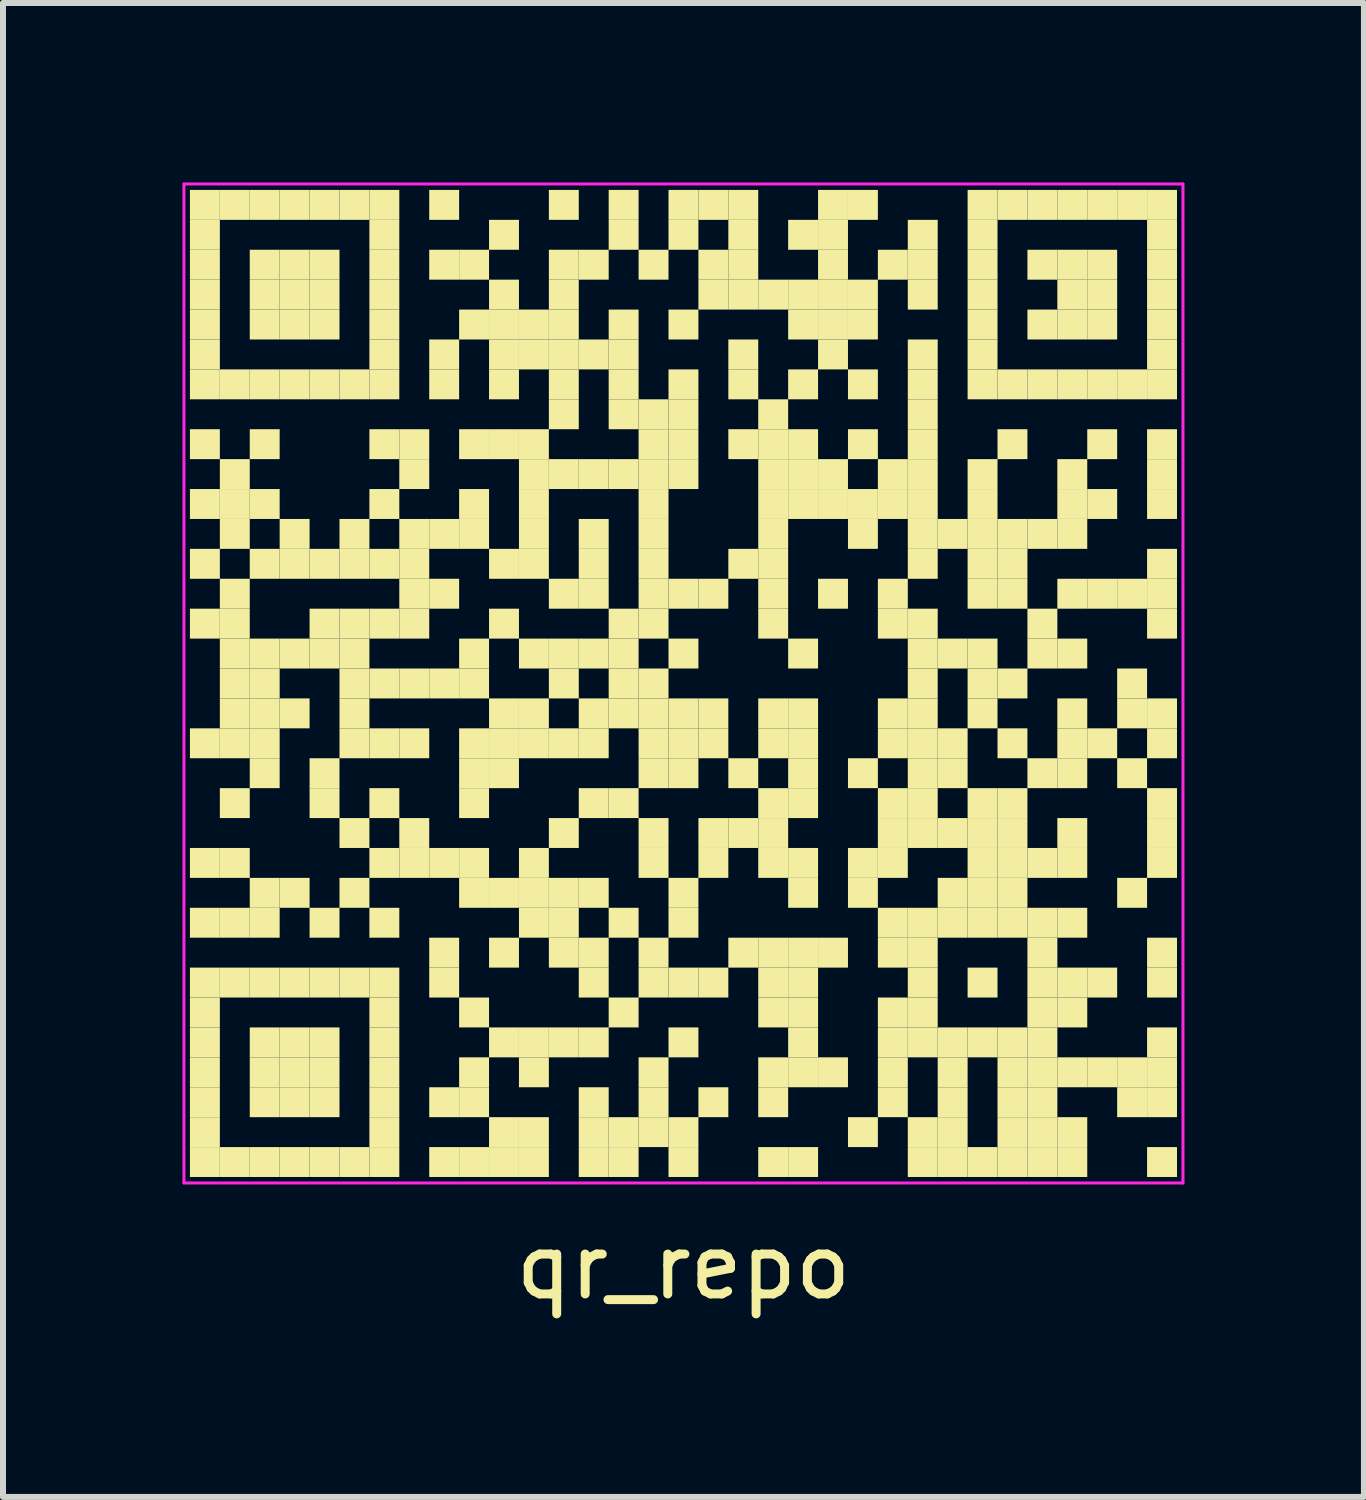
<source format=kicad_pcb>
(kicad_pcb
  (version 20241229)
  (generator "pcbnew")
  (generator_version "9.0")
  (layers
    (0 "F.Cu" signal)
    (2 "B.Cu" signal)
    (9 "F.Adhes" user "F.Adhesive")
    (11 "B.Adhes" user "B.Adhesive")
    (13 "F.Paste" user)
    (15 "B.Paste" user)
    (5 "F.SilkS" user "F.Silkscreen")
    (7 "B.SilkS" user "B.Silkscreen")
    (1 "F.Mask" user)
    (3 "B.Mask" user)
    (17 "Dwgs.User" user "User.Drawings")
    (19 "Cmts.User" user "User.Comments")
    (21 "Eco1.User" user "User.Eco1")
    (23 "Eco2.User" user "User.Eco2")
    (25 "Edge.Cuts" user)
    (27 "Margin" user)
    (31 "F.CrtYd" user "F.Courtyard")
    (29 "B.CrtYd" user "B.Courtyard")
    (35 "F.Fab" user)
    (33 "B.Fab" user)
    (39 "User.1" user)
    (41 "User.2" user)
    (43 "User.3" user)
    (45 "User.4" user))
  (footprint "qr_repo"
    (layer "F.Cu")
    (at 8.375 8.375)
    (property "Reference" "qr_repo" (at 0 9.75 0) (layer "F.SilkS") (effects (font (size 1 1) (thickness 0.15))))
    (attr smd)
    (fp_rect (start -8.25 -8.25) (end -7.75 -7.75) (stroke (width 0) (type solid)) (fill yes) (layer "F.SilkS"))
    (fp_rect (start -8.25 -7.75) (end -7.75 -7.25) (stroke (width 0) (type solid)) (fill yes) (layer "F.SilkS"))
    (fp_rect (start -8.25 -7.25) (end -7.75 -6.75) (stroke (width 0) (type solid)) (fill yes) (layer "F.SilkS"))
    (fp_rect (start -8.25 -6.75) (end -7.75 -6.25) (stroke (width 0) (type solid)) (fill yes) (layer "F.SilkS"))
    (fp_rect (start -8.25 -6.25) (end -7.75 -5.75) (stroke (width 0) (type solid)) (fill yes) (layer "F.SilkS"))
    (fp_rect (start -8.25 -5.75) (end -7.75 -5.25) (stroke (width 0) (type solid)) (fill yes) (layer "F.SilkS"))
    (fp_rect (start -8.25 -5.25) (end -7.75 -4.75) (stroke (width 0) (type solid)) (fill yes) (layer "F.SilkS"))
    (fp_rect (start -8.25 -4.25) (end -7.75 -3.75) (stroke (width 0) (type solid)) (fill yes) (layer "F.SilkS"))
    (fp_rect (start -8.25 -3.25) (end -7.75 -2.75) (stroke (width 0) (type solid)) (fill yes) (layer "F.SilkS"))
    (fp_rect (start -8.25 -2.25) (end -7.75 -1.75) (stroke (width 0) (type solid)) (fill yes) (layer "F.SilkS"))
    (fp_rect (start -8.25 -1.25) (end -7.75 -0.75) (stroke (width 0) (type solid)) (fill yes) (layer "F.SilkS"))
    (fp_rect (start -8.25 0.75) (end -7.75 1.25) (stroke (width 0) (type solid)) (fill yes) (layer "F.SilkS"))
    (fp_rect (start -8.25 2.75) (end -7.75 3.25) (stroke (width 0) (type solid)) (fill yes) (layer "F.SilkS"))
    (fp_rect (start -8.25 3.75) (end -7.75 4.25) (stroke (width 0) (type solid)) (fill yes) (layer "F.SilkS"))
    (fp_rect (start -8.25 4.75) (end -7.75 5.25) (stroke (width 0) (type solid)) (fill yes) (layer "F.SilkS"))
    (fp_rect (start -8.25 5.25) (end -7.75 5.75) (stroke (width 0) (type solid)) (fill yes) (layer "F.SilkS"))
    (fp_rect (start -8.25 5.75) (end -7.75 6.25) (stroke (width 0) (type solid)) (fill yes) (layer "F.SilkS"))
    (fp_rect (start -8.25 6.25) (end -7.75 6.75) (stroke (width 0) (type solid)) (fill yes) (layer "F.SilkS"))
    (fp_rect (start -8.25 6.75) (end -7.75 7.25) (stroke (width 0) (type solid)) (fill yes) (layer "F.SilkS"))
    (fp_rect (start -8.25 7.25) (end -7.75 7.75) (stroke (width 0) (type solid)) (fill yes) (layer "F.SilkS"))
    (fp_rect (start -8.25 7.75) (end -7.75 8.25) (stroke (width 0) (type solid)) (fill yes) (layer "F.SilkS"))
    (fp_rect (start -7.75 -8.25) (end -7.25 -7.75) (stroke (width 0) (type solid)) (fill yes) (layer "F.SilkS"))
    (fp_rect (start -7.75 -5.25) (end -7.25 -4.75) (stroke (width 0) (type solid)) (fill yes) (layer "F.SilkS"))
    (fp_rect (start -7.75 -3.75) (end -7.25 -3.25) (stroke (width 0) (type solid)) (fill yes) (layer "F.SilkS"))
    (fp_rect (start -7.75 -3.25) (end -7.25 -2.75) (stroke (width 0) (type solid)) (fill yes) (layer "F.SilkS"))
    (fp_rect (start -7.75 -2.75) (end -7.25 -2.25) (stroke (width 0) (type solid)) (fill yes) (layer "F.SilkS"))
    (fp_rect (start -7.75 -1.75) (end -7.25 -1.25) (stroke (width 0) (type solid)) (fill yes) (layer "F.SilkS"))
    (fp_rect (start -7.75 -1.25) (end -7.25 -0.75) (stroke (width 0) (type solid)) (fill yes) (layer "F.SilkS"))
    (fp_rect (start -7.75 -0.75) (end -7.25 -0.25) (stroke (width 0) (type solid)) (fill yes) (layer "F.SilkS"))
    (fp_rect (start -7.75 -0.25) (end -7.25 0.25) (stroke (width 0) (type solid)) (fill yes) (layer "F.SilkS"))
    (fp_rect (start -7.75 0.25) (end -7.25 0.75) (stroke (width 0) (type solid)) (fill yes) (layer "F.SilkS"))
    (fp_rect (start -7.75 0.75) (end -7.25 1.25) (stroke (width 0) (type solid)) (fill yes) (layer "F.SilkS"))
    (fp_rect (start -7.75 1.75) (end -7.25 2.25) (stroke (width 0) (type solid)) (fill yes) (layer "F.SilkS"))
    (fp_rect (start -7.75 2.75) (end -7.25 3.25) (stroke (width 0) (type solid)) (fill yes) (layer "F.SilkS"))
    (fp_rect (start -7.75 3.75) (end -7.25 4.25) (stroke (width 0) (type solid)) (fill yes) (layer "F.SilkS"))
    (fp_rect (start -7.75 4.75) (end -7.25 5.25) (stroke (width 0) (type solid)) (fill yes) (layer "F.SilkS"))
    (fp_rect (start -7.75 7.75) (end -7.25 8.25) (stroke (width 0) (type solid)) (fill yes) (layer "F.SilkS"))
    (fp_rect (start -7.25 -8.25) (end -6.75 -7.75) (stroke (width 0) (type solid)) (fill yes) (layer "F.SilkS"))
    (fp_rect (start -7.25 -7.25) (end -6.75 -6.75) (stroke (width 0) (type solid)) (fill yes) (layer "F.SilkS"))
    (fp_rect (start -7.25 -6.75) (end -6.75 -6.25) (stroke (width 0) (type solid)) (fill yes) (layer "F.SilkS"))
    (fp_rect (start -7.25 -6.25) (end -6.75 -5.75) (stroke (width 0) (type solid)) (fill yes) (layer "F.SilkS"))
    (fp_rect (start -7.25 -5.25) (end -6.75 -4.75) (stroke (width 0) (type solid)) (fill yes) (layer "F.SilkS"))
    (fp_rect (start -7.25 -4.25) (end -6.75 -3.75) (stroke (width 0) (type solid)) (fill yes) (layer "F.SilkS"))
    (fp_rect (start -7.25 -3.25) (end -6.75 -2.75) (stroke (width 0) (type solid)) (fill yes) (layer "F.SilkS"))
    (fp_rect (start -7.25 -2.25) (end -6.75 -1.75) (stroke (width 0) (type solid)) (fill yes) (layer "F.SilkS"))
    (fp_rect (start -7.25 -0.75) (end -6.75 -0.25) (stroke (width 0) (type solid)) (fill yes) (layer "F.SilkS"))
    (fp_rect (start -7.25 -0.25) (end -6.75 0.25) (stroke (width 0) (type solid)) (fill yes) (layer "F.SilkS"))
    (fp_rect (start -7.25 0.25) (end -6.75 0.75) (stroke (width 0) (type solid)) (fill yes) (layer "F.SilkS"))
    (fp_rect (start -7.25 0.75) (end -6.75 1.25) (stroke (width 0) (type solid)) (fill yes) (layer "F.SilkS"))
    (fp_rect (start -7.25 1.25) (end -6.75 1.75) (stroke (width 0) (type solid)) (fill yes) (layer "F.SilkS"))
    (fp_rect (start -7.25 3.25) (end -6.75 3.75) (stroke (width 0) (type solid)) (fill yes) (layer "F.SilkS"))
    (fp_rect (start -7.25 3.75) (end -6.75 4.25) (stroke (width 0) (type solid)) (fill yes) (layer "F.SilkS"))
    (fp_rect (start -7.25 4.75) (end -6.75 5.25) (stroke (width 0) (type solid)) (fill yes) (layer "F.SilkS"))
    (fp_rect (start -7.25 5.75) (end -6.75 6.25) (stroke (width 0) (type solid)) (fill yes) (layer "F.SilkS"))
    (fp_rect (start -7.25 6.25) (end -6.75 6.75) (stroke (width 0) (type solid)) (fill yes) (layer "F.SilkS"))
    (fp_rect (start -7.25 6.75) (end -6.75 7.25) (stroke (width 0) (type solid)) (fill yes) (layer "F.SilkS"))
    (fp_rect (start -7.25 7.75) (end -6.75 8.25) (stroke (width 0) (type solid)) (fill yes) (layer "F.SilkS"))
    (fp_rect (start -6.75 -8.25) (end -6.25 -7.75) (stroke (width 0) (type solid)) (fill yes) (layer "F.SilkS"))
    (fp_rect (start -6.75 -7.25) (end -6.25 -6.75) (stroke (width 0) (type solid)) (fill yes) (layer "F.SilkS"))
    (fp_rect (start -6.75 -6.75) (end -6.25 -6.25) (stroke (width 0) (type solid)) (fill yes) (layer "F.SilkS"))
    (fp_rect (start -6.75 -6.25) (end -6.25 -5.75) (stroke (width 0) (type solid)) (fill yes) (layer "F.SilkS"))
    (fp_rect (start -6.75 -5.25) (end -6.25 -4.75) (stroke (width 0) (type solid)) (fill yes) (layer "F.SilkS"))
    (fp_rect (start -6.75 -2.75) (end -6.25 -2.25) (stroke (width 0) (type solid)) (fill yes) (layer "F.SilkS"))
    (fp_rect (start -6.75 -2.25) (end -6.25 -1.75) (stroke (width 0) (type solid)) (fill yes) (layer "F.SilkS"))
    (fp_rect (start -6.75 -0.75) (end -6.25 -0.25) (stroke (width 0) (type solid)) (fill yes) (layer "F.SilkS"))
    (fp_rect (start -6.75 0.25) (end -6.25 0.75) (stroke (width 0) (type solid)) (fill yes) (layer "F.SilkS"))
    (fp_rect (start -6.75 3.25) (end -6.25 3.75) (stroke (width 0) (type solid)) (fill yes) (layer "F.SilkS"))
    (fp_rect (start -6.75 4.75) (end -6.25 5.25) (stroke (width 0) (type solid)) (fill yes) (layer "F.SilkS"))
    (fp_rect (start -6.75 5.75) (end -6.25 6.25) (stroke (width 0) (type solid)) (fill yes) (layer "F.SilkS"))
    (fp_rect (start -6.75 6.25) (end -6.25 6.75) (stroke (width 0) (type solid)) (fill yes) (layer "F.SilkS"))
    (fp_rect (start -6.75 6.75) (end -6.25 7.25) (stroke (width 0) (type solid)) (fill yes) (layer "F.SilkS"))
    (fp_rect (start -6.75 7.75) (end -6.25 8.25) (stroke (width 0) (type solid)) (fill yes) (layer "F.SilkS"))
    (fp_rect (start -6.25 -8.25) (end -5.75 -7.75) (stroke (width 0) (type solid)) (fill yes) (layer "F.SilkS"))
    (fp_rect (start -6.25 -7.25) (end -5.75 -6.75) (stroke (width 0) (type solid)) (fill yes) (layer "F.SilkS"))
    (fp_rect (start -6.25 -6.75) (end -5.75 -6.25) (stroke (width 0) (type solid)) (fill yes) (layer "F.SilkS"))
    (fp_rect (start -6.25 -6.25) (end -5.75 -5.75) (stroke (width 0) (type solid)) (fill yes) (layer "F.SilkS"))
    (fp_rect (start -6.25 -5.25) (end -5.75 -4.75) (stroke (width 0) (type solid)) (fill yes) (layer "F.SilkS"))
    (fp_rect (start -6.25 -2.25) (end -5.75 -1.75) (stroke (width 0) (type solid)) (fill yes) (layer "F.SilkS"))
    (fp_rect (start -6.25 -1.25) (end -5.75 -0.75) (stroke (width 0) (type solid)) (fill yes) (layer "F.SilkS"))
    (fp_rect (start -6.25 -0.75) (end -5.75 -0.25) (stroke (width 0) (type solid)) (fill yes) (layer "F.SilkS"))
    (fp_rect (start -6.25 1.25) (end -5.75 1.75) (stroke (width 0) (type solid)) (fill yes) (layer "F.SilkS"))
    (fp_rect (start -6.25 1.75) (end -5.75 2.25) (stroke (width 0) (type solid)) (fill yes) (layer "F.SilkS"))
    (fp_rect (start -6.25 3.75) (end -5.75 4.25) (stroke (width 0) (type solid)) (fill yes) (layer "F.SilkS"))
    (fp_rect (start -6.25 4.75) (end -5.75 5.25) (stroke (width 0) (type solid)) (fill yes) (layer "F.SilkS"))
    (fp_rect (start -6.25 5.75) (end -5.75 6.25) (stroke (width 0) (type solid)) (fill yes) (layer "F.SilkS"))
    (fp_rect (start -6.25 6.25) (end -5.75 6.75) (stroke (width 0) (type solid)) (fill yes) (layer "F.SilkS"))
    (fp_rect (start -6.25 6.75) (end -5.75 7.25) (stroke (width 0) (type solid)) (fill yes) (layer "F.SilkS"))
    (fp_rect (start -6.25 7.75) (end -5.75 8.25) (stroke (width 0) (type solid)) (fill yes) (layer "F.SilkS"))
    (fp_rect (start -5.75 -8.25) (end -5.25 -7.75) (stroke (width 0) (type solid)) (fill yes) (layer "F.SilkS"))
    (fp_rect (start -5.75 -5.25) (end -5.25 -4.75) (stroke (width 0) (type solid)) (fill yes) (layer "F.SilkS"))
    (fp_rect (start -5.75 -2.75) (end -5.25 -2.25) (stroke (width 0) (type solid)) (fill yes) (layer "F.SilkS"))
    (fp_rect (start -5.75 -2.25) (end -5.25 -1.75) (stroke (width 0) (type solid)) (fill yes) (layer "F.SilkS"))
    (fp_rect (start -5.75 -1.25) (end -5.25 -0.75) (stroke (width 0) (type solid)) (fill yes) (layer "F.SilkS"))
    (fp_rect (start -5.75 -0.75) (end -5.25 -0.25) (stroke (width 0) (type solid)) (fill yes) (layer "F.SilkS"))
    (fp_rect (start -5.75 -0.25) (end -5.25 0.25) (stroke (width 0) (type solid)) (fill yes) (layer "F.SilkS"))
    (fp_rect (start -5.75 0.25) (end -5.25 0.75) (stroke (width 0) (type solid)) (fill yes) (layer "F.SilkS"))
    (fp_rect (start -5.75 0.75) (end -5.25 1.25) (stroke (width 0) (type solid)) (fill yes) (layer "F.SilkS"))
    (fp_rect (start -5.75 2.25) (end -5.25 2.75) (stroke (width 0) (type solid)) (fill yes) (layer "F.SilkS"))
    (fp_rect (start -5.75 3.25) (end -5.25 3.75) (stroke (width 0) (type solid)) (fill yes) (layer "F.SilkS"))
    (fp_rect (start -5.75 4.75) (end -5.25 5.25) (stroke (width 0) (type solid)) (fill yes) (layer "F.SilkS"))
    (fp_rect (start -5.75 7.75) (end -5.25 8.25) (stroke (width 0) (type solid)) (fill yes) (layer "F.SilkS"))
    (fp_rect (start -5.25 -8.25) (end -4.75 -7.75) (stroke (width 0) (type solid)) (fill yes) (layer "F.SilkS"))
    (fp_rect (start -5.25 -7.75) (end -4.75 -7.25) (stroke (width 0) (type solid)) (fill yes) (layer "F.SilkS"))
    (fp_rect (start -5.25 -7.25) (end -4.75 -6.75) (stroke (width 0) (type solid)) (fill yes) (layer "F.SilkS"))
    (fp_rect (start -5.25 -6.75) (end -4.75 -6.25) (stroke (width 0) (type solid)) (fill yes) (layer "F.SilkS"))
    (fp_rect (start -5.25 -6.25) (end -4.75 -5.75) (stroke (width 0) (type solid)) (fill yes) (layer "F.SilkS"))
    (fp_rect (start -5.25 -5.75) (end -4.75 -5.25) (stroke (width 0) (type solid)) (fill yes) (layer "F.SilkS"))
    (fp_rect (start -5.25 -5.25) (end -4.75 -4.75) (stroke (width 0) (type solid)) (fill yes) (layer "F.SilkS"))
    (fp_rect (start -5.25 -4.25) (end -4.75 -3.75) (stroke (width 0) (type solid)) (fill yes) (layer "F.SilkS"))
    (fp_rect (start -5.25 -3.25) (end -4.75 -2.75) (stroke (width 0) (type solid)) (fill yes) (layer "F.SilkS"))
    (fp_rect (start -5.25 -2.25) (end -4.75 -1.75) (stroke (width 0) (type solid)) (fill yes) (layer "F.SilkS"))
    (fp_rect (start -5.25 -1.25) (end -4.75 -0.75) (stroke (width 0) (type solid)) (fill yes) (layer "F.SilkS"))
    (fp_rect (start -5.25 -0.25) (end -4.75 0.25) (stroke (width 0) (type solid)) (fill yes) (layer "F.SilkS"))
    (fp_rect (start -5.25 0.75) (end -4.75 1.25) (stroke (width 0) (type solid)) (fill yes) (layer "F.SilkS"))
    (fp_rect (start -5.25 1.75) (end -4.75 2.25) (stroke (width 0) (type solid)) (fill yes) (layer "F.SilkS"))
    (fp_rect (start -5.25 2.75) (end -4.75 3.25) (stroke (width 0) (type solid)) (fill yes) (layer "F.SilkS"))
    (fp_rect (start -5.25 3.75) (end -4.75 4.25) (stroke (width 0) (type solid)) (fill yes) (layer "F.SilkS"))
    (fp_rect (start -5.25 4.75) (end -4.75 5.25) (stroke (width 0) (type solid)) (fill yes) (layer "F.SilkS"))
    (fp_rect (start -5.25 5.25) (end -4.75 5.75) (stroke (width 0) (type solid)) (fill yes) (layer "F.SilkS"))
    (fp_rect (start -5.25 5.75) (end -4.75 6.25) (stroke (width 0) (type solid)) (fill yes) (layer "F.SilkS"))
    (fp_rect (start -5.25 6.25) (end -4.75 6.75) (stroke (width 0) (type solid)) (fill yes) (layer "F.SilkS"))
    (fp_rect (start -5.25 6.75) (end -4.75 7.25) (stroke (width 0) (type solid)) (fill yes) (layer "F.SilkS"))
    (fp_rect (start -5.25 7.25) (end -4.75 7.75) (stroke (width 0) (type solid)) (fill yes) (layer "F.SilkS"))
    (fp_rect (start -5.25 7.75) (end -4.75 8.25) (stroke (width 0) (type solid)) (fill yes) (layer "F.SilkS"))
    (fp_rect (start -4.75 -4.25) (end -4.25 -3.75) (stroke (width 0) (type solid)) (fill yes) (layer "F.SilkS"))
    (fp_rect (start -4.75 -3.75) (end -4.25 -3.25) (stroke (width 0) (type solid)) (fill yes) (layer "F.SilkS"))
    (fp_rect (start -4.75 -2.75) (end -4.25 -2.25) (stroke (width 0) (type solid)) (fill yes) (layer "F.SilkS"))
    (fp_rect (start -4.75 -2.25) (end -4.25 -1.75) (stroke (width 0) (type solid)) (fill yes) (layer "F.SilkS"))
    (fp_rect (start -4.75 -1.75) (end -4.25 -1.25) (stroke (width 0) (type solid)) (fill yes) (layer "F.SilkS"))
    (fp_rect (start -4.75 -1.25) (end -4.25 -0.75) (stroke (width 0) (type solid)) (fill yes) (layer "F.SilkS"))
    (fp_rect (start -4.75 -0.25) (end -4.25 0.25) (stroke (width 0) (type solid)) (fill yes) (layer "F.SilkS"))
    (fp_rect (start -4.75 0.75) (end -4.25 1.25) (stroke (width 0) (type solid)) (fill yes) (layer "F.SilkS"))
    (fp_rect (start -4.75 2.25) (end -4.25 2.75) (stroke (width 0) (type solid)) (fill yes) (layer "F.SilkS"))
    (fp_rect (start -4.75 2.75) (end -4.25 3.25) (stroke (width 0) (type solid)) (fill yes) (layer "F.SilkS"))
    (fp_rect (start -4.25 -8.25) (end -3.75 -7.75) (stroke (width 0) (type solid)) (fill yes) (layer "F.SilkS"))
    (fp_rect (start -4.25 -7.25) (end -3.75 -6.75) (stroke (width 0) (type solid)) (fill yes) (layer "F.SilkS"))
    (fp_rect (start -4.25 -5.75) (end -3.75 -5.25) (stroke (width 0) (type solid)) (fill yes) (layer "F.SilkS"))
    (fp_rect (start -4.25 -5.25) (end -3.75 -4.75) (stroke (width 0) (type solid)) (fill yes) (layer "F.SilkS"))
    (fp_rect (start -4.25 -2.75) (end -3.75 -2.25) (stroke (width 0) (type solid)) (fill yes) (layer "F.SilkS"))
    (fp_rect (start -4.25 -1.75) (end -3.75 -1.25) (stroke (width 0) (type solid)) (fill yes) (layer "F.SilkS"))
    (fp_rect (start -4.25 -0.25) (end -3.75 0.25) (stroke (width 0) (type solid)) (fill yes) (layer "F.SilkS"))
    (fp_rect (start -4.25 2.75) (end -3.75 3.25) (stroke (width 0) (type solid)) (fill yes) (layer "F.SilkS"))
    (fp_rect (start -4.25 4.25) (end -3.75 4.75) (stroke (width 0) (type solid)) (fill yes) (layer "F.SilkS"))
    (fp_rect (start -4.25 4.75) (end -3.75 5.25) (stroke (width 0) (type solid)) (fill yes) (layer "F.SilkS"))
    (fp_rect (start -4.25 6.75) (end -3.75 7.25) (stroke (width 0) (type solid)) (fill yes) (layer "F.SilkS"))
    (fp_rect (start -4.25 7.75) (end -3.75 8.25) (stroke (width 0) (type solid)) (fill yes) (layer "F.SilkS"))
    (fp_rect (start -3.75 -7.25) (end -3.25 -6.75) (stroke (width 0) (type solid)) (fill yes) (layer "F.SilkS"))
    (fp_rect (start -3.75 -6.25) (end -3.25 -5.75) (stroke (width 0) (type solid)) (fill yes) (layer "F.SilkS"))
    (fp_rect (start -3.75 -4.25) (end -3.25 -3.75) (stroke (width 0) (type solid)) (fill yes) (layer "F.SilkS"))
    (fp_rect (start -3.75 -3.25) (end -3.25 -2.75) (stroke (width 0) (type solid)) (fill yes) (layer "F.SilkS"))
    (fp_rect (start -3.75 -2.75) (end -3.25 -2.25) (stroke (width 0) (type solid)) (fill yes) (layer "F.SilkS"))
    (fp_rect (start -3.75 -0.75) (end -3.25 -0.25) (stroke (width 0) (type solid)) (fill yes) (layer "F.SilkS"))
    (fp_rect (start -3.75 -0.25) (end -3.25 0.25) (stroke (width 0) (type solid)) (fill yes) (layer "F.SilkS"))
    (fp_rect (start -3.75 0.75) (end -3.25 1.25) (stroke (width 0) (type solid)) (fill yes) (layer "F.SilkS"))
    (fp_rect (start -3.75 1.25) (end -3.25 1.75) (stroke (width 0) (type solid)) (fill yes) (layer "F.SilkS"))
    (fp_rect (start -3.75 1.75) (end -3.25 2.25) (stroke (width 0) (type solid)) (fill yes) (layer "F.SilkS"))
    (fp_rect (start -3.75 2.75) (end -3.25 3.25) (stroke (width 0) (type solid)) (fill yes) (layer "F.SilkS"))
    (fp_rect (start -3.75 3.25) (end -3.25 3.75) (stroke (width 0) (type solid)) (fill yes) (layer "F.SilkS"))
    (fp_rect (start -3.75 5.25) (end -3.25 5.75) (stroke (width 0) (type solid)) (fill yes) (layer "F.SilkS"))
    (fp_rect (start -3.75 6.25) (end -3.25 6.75) (stroke (width 0) (type solid)) (fill yes) (layer "F.SilkS"))
    (fp_rect (start -3.75 6.75) (end -3.25 7.25) (stroke (width 0) (type solid)) (fill yes) (layer "F.SilkS"))
    (fp_rect (start -3.75 7.75) (end -3.25 8.25) (stroke (width 0) (type solid)) (fill yes) (layer "F.SilkS"))
    (fp_rect (start -3.25 -7.75) (end -2.75 -7.25) (stroke (width 0) (type solid)) (fill yes) (layer "F.SilkS"))
    (fp_rect (start -3.25 -6.75) (end -2.75 -6.25) (stroke (width 0) (type solid)) (fill yes) (layer "F.SilkS"))
    (fp_rect (start -3.25 -6.25) (end -2.75 -5.75) (stroke (width 0) (type solid)) (fill yes) (layer "F.SilkS"))
    (fp_rect (start -3.25 -5.75) (end -2.75 -5.25) (stroke (width 0) (type solid)) (fill yes) (layer "F.SilkS"))
    (fp_rect (start -3.25 -5.25) (end -2.75 -4.75) (stroke (width 0) (type solid)) (fill yes) (layer "F.SilkS"))
    (fp_rect (start -3.25 -4.25) (end -2.75 -3.75) (stroke (width 0) (type solid)) (fill yes) (layer "F.SilkS"))
    (fp_rect (start -3.25 -2.25) (end -2.75 -1.75) (stroke (width 0) (type solid)) (fill yes) (layer "F.SilkS"))
    (fp_rect (start -3.25 -1.25) (end -2.75 -0.75) (stroke (width 0) (type solid)) (fill yes) (layer "F.SilkS"))
    (fp_rect (start -3.25 0.25) (end -2.75 0.75) (stroke (width 0) (type solid)) (fill yes) (layer "F.SilkS"))
    (fp_rect (start -3.25 0.75) (end -2.75 1.25) (stroke (width 0) (type solid)) (fill yes) (layer "F.SilkS"))
    (fp_rect (start -3.25 1.25) (end -2.75 1.75) (stroke (width 0) (type solid)) (fill yes) (layer "F.SilkS"))
    (fp_rect (start -3.25 3.25) (end -2.75 3.75) (stroke (width 0) (type solid)) (fill yes) (layer "F.SilkS"))
    (fp_rect (start -3.25 4.25) (end -2.75 4.75) (stroke (width 0) (type solid)) (fill yes) (layer "F.SilkS"))
    (fp_rect (start -3.25 5.75) (end -2.75 6.25) (stroke (width 0) (type solid)) (fill yes) (layer "F.SilkS"))
    (fp_rect (start -3.25 7.25) (end -2.75 7.75) (stroke (width 0) (type solid)) (fill yes) (layer "F.SilkS"))
    (fp_rect (start -3.25 7.75) (end -2.75 8.25) (stroke (width 0) (type solid)) (fill yes) (layer "F.SilkS"))
    (fp_rect (start -2.75 -6.25) (end -2.25 -5.75) (stroke (width 0) (type solid)) (fill yes) (layer "F.SilkS"))
    (fp_rect (start -2.75 -5.75) (end -2.25 -5.25) (stroke (width 0) (type solid)) (fill yes) (layer "F.SilkS"))
    (fp_rect (start -2.75 -4.25) (end -2.25 -3.75) (stroke (width 0) (type solid)) (fill yes) (layer "F.SilkS"))
    (fp_rect (start -2.75 -3.75) (end -2.25 -3.25) (stroke (width 0) (type solid)) (fill yes) (layer "F.SilkS"))
    (fp_rect (start -2.75 -3.25) (end -2.25 -2.75) (stroke (width 0) (type solid)) (fill yes) (layer "F.SilkS"))
    (fp_rect (start -2.75 -2.75) (end -2.25 -2.25) (stroke (width 0) (type solid)) (fill yes) (layer "F.SilkS"))
    (fp_rect (start -2.75 -2.25) (end -2.25 -1.75) (stroke (width 0) (type solid)) (fill yes) (layer "F.SilkS"))
    (fp_rect (start -2.75 -0.75) (end -2.25 -0.25) (stroke (width 0) (type solid)) (fill yes) (layer "F.SilkS"))
    (fp_rect (start -2.75 0.25) (end -2.25 0.75) (stroke (width 0) (type solid)) (fill yes) (layer "F.SilkS"))
    (fp_rect (start -2.75 0.75) (end -2.25 1.25) (stroke (width 0) (type solid)) (fill yes) (layer "F.SilkS"))
    (fp_rect (start -2.75 2.75) (end -2.25 3.25) (stroke (width 0) (type solid)) (fill yes) (layer "F.SilkS"))
    (fp_rect (start -2.75 3.25) (end -2.25 3.75) (stroke (width 0) (type solid)) (fill yes) (layer "F.SilkS"))
    (fp_rect (start -2.75 3.75) (end -2.25 4.25) (stroke (width 0) (type solid)) (fill yes) (layer "F.SilkS"))
    (fp_rect (start -2.75 5.75) (end -2.25 6.25) (stroke (width 0) (type solid)) (fill yes) (layer "F.SilkS"))
    (fp_rect (start -2.75 6.25) (end -2.25 6.75) (stroke (width 0) (type solid)) (fill yes) (layer "F.SilkS"))
    (fp_rect (start -2.75 7.25) (end -2.25 7.75) (stroke (width 0) (type solid)) (fill yes) (layer "F.SilkS"))
    (fp_rect (start -2.75 7.75) (end -2.25 8.25) (stroke (width 0) (type solid)) (fill yes) (layer "F.SilkS"))
    (fp_rect (start -2.25 -8.25) (end -1.75 -7.75) (stroke (width 0) (type solid)) (fill yes) (layer "F.SilkS"))
    (fp_rect (start -2.25 -7.25) (end -1.75 -6.75) (stroke (width 0) (type solid)) (fill yes) (layer "F.SilkS"))
    (fp_rect (start -2.25 -6.75) (end -1.75 -6.25) (stroke (width 0) (type solid)) (fill yes) (layer "F.SilkS"))
    (fp_rect (start -2.25 -6.25) (end -1.75 -5.75) (stroke (width 0) (type solid)) (fill yes) (layer "F.SilkS"))
    (fp_rect (start -2.25 -5.75) (end -1.75 -5.25) (stroke (width 0) (type solid)) (fill yes) (layer "F.SilkS"))
    (fp_rect (start -2.25 -5.25) (end -1.75 -4.75) (stroke (width 0) (type solid)) (fill yes) (layer "F.SilkS"))
    (fp_rect (start -2.25 -4.75) (end -1.75 -4.25) (stroke (width 0) (type solid)) (fill yes) (layer "F.SilkS"))
    (fp_rect (start -2.25 -3.75) (end -1.75 -3.25) (stroke (width 0) (type solid)) (fill yes) (layer "F.SilkS"))
    (fp_rect (start -2.25 -1.75) (end -1.75 -1.25) (stroke (width 0) (type solid)) (fill yes) (layer "F.SilkS"))
    (fp_rect (start -2.25 -0.75) (end -1.75 -0.25) (stroke (width 0) (type solid)) (fill yes) (layer "F.SilkS"))
    (fp_rect (start -2.25 -0.25) (end -1.75 0.25) (stroke (width 0) (type solid)) (fill yes) (layer "F.SilkS"))
    (fp_rect (start -2.25 0.75) (end -1.75 1.25) (stroke (width 0) (type solid)) (fill yes) (layer "F.SilkS"))
    (fp_rect (start -2.25 2.25) (end -1.75 2.75) (stroke (width 0) (type solid)) (fill yes) (layer "F.SilkS"))
    (fp_rect (start -2.25 3.25) (end -1.75 3.75) (stroke (width 0) (type solid)) (fill yes) (layer "F.SilkS"))
    (fp_rect (start -2.25 3.75) (end -1.75 4.25) (stroke (width 0) (type solid)) (fill yes) (layer "F.SilkS"))
    (fp_rect (start -2.25 4.25) (end -1.75 4.75) (stroke (width 0) (type solid)) (fill yes) (layer "F.SilkS"))
    (fp_rect (start -2.25 5.75) (end -1.75 6.25) (stroke (width 0) (type solid)) (fill yes) (layer "F.SilkS"))
    (fp_rect (start -1.75 -7.25) (end -1.25 -6.75) (stroke (width 0) (type solid)) (fill yes) (layer "F.SilkS"))
    (fp_rect (start -1.75 -5.75) (end -1.25 -5.25) (stroke (width 0) (type solid)) (fill yes) (layer "F.SilkS"))
    (fp_rect (start -1.75 -3.75) (end -1.25 -3.25) (stroke (width 0) (type solid)) (fill yes) (layer "F.SilkS"))
    (fp_rect (start -1.75 -2.75) (end -1.25 -2.25) (stroke (width 0) (type solid)) (fill yes) (layer "F.SilkS"))
    (fp_rect (start -1.75 -2.25) (end -1.25 -1.75) (stroke (width 0) (type solid)) (fill yes) (layer "F.SilkS"))
    (fp_rect (start -1.75 -1.75) (end -1.25 -1.25) (stroke (width 0) (type solid)) (fill yes) (layer "F.SilkS"))
    (fp_rect (start -1.75 -0.75) (end -1.25 -0.25) (stroke (width 0) (type solid)) (fill yes) (layer "F.SilkS"))
    (fp_rect (start -1.75 0.25) (end -1.25 0.75) (stroke (width 0) (type solid)) (fill yes) (layer "F.SilkS"))
    (fp_rect (start -1.75 0.75) (end -1.25 1.25) (stroke (width 0) (type solid)) (fill yes) (layer "F.SilkS"))
    (fp_rect (start -1.75 1.75) (end -1.25 2.25) (stroke (width 0) (type solid)) (fill yes) (layer "F.SilkS"))
    (fp_rect (start -1.75 3.25) (end -1.25 3.75) (stroke (width 0) (type solid)) (fill yes) (layer "F.SilkS"))
    (fp_rect (start -1.75 4.25) (end -1.25 4.75) (stroke (width 0) (type solid)) (fill yes) (layer "F.SilkS"))
    (fp_rect (start -1.75 4.75) (end -1.25 5.25) (stroke (width 0) (type solid)) (fill yes) (layer "F.SilkS"))
    (fp_rect (start -1.75 5.75) (end -1.25 6.25) (stroke (width 0) (type solid)) (fill yes) (layer "F.SilkS"))
    (fp_rect (start -1.75 6.75) (end -1.25 7.25) (stroke (width 0) (type solid)) (fill yes) (layer "F.SilkS"))
    (fp_rect (start -1.75 7.25) (end -1.25 7.75) (stroke (width 0) (type solid)) (fill yes) (layer "F.SilkS"))
    (fp_rect (start -1.75 7.75) (end -1.25 8.25) (stroke (width 0) (type solid)) (fill yes) (layer "F.SilkS"))
    (fp_rect (start -1.25 -8.25) (end -0.75 -7.75) (stroke (width 0) (type solid)) (fill yes) (layer "F.SilkS"))
    (fp_rect (start -1.25 -7.75) (end -0.75 -7.25) (stroke (width 0) (type solid)) (fill yes) (layer "F.SilkS"))
    (fp_rect (start -1.25 -6.25) (end -0.75 -5.75) (stroke (width 0) (type solid)) (fill yes) (layer "F.SilkS"))
    (fp_rect (start -1.25 -5.75) (end -0.75 -5.25) (stroke (width 0) (type solid)) (fill yes) (layer "F.SilkS"))
    (fp_rect (start -1.25 -5.25) (end -0.75 -4.75) (stroke (width 0) (type solid)) (fill yes) (layer "F.SilkS"))
    (fp_rect (start -1.25 -4.75) (end -0.75 -4.25) (stroke (width 0) (type solid)) (fill yes) (layer "F.SilkS"))
    (fp_rect (start -1.25 -3.75) (end -0.75 -3.25) (stroke (width 0) (type solid)) (fill yes) (layer "F.SilkS"))
    (fp_rect (start -1.25 -1.25) (end -0.75 -0.75) (stroke (width 0) (type solid)) (fill yes) (layer "F.SilkS"))
    (fp_rect (start -1.25 -0.75) (end -0.75 -0.25) (stroke (width 0) (type solid)) (fill yes) (layer "F.SilkS"))
    (fp_rect (start -1.25 -0.25) (end -0.75 0.25) (stroke (width 0) (type solid)) (fill yes) (layer "F.SilkS"))
    (fp_rect (start -1.25 0.25) (end -0.75 0.75) (stroke (width 0) (type solid)) (fill yes) (layer "F.SilkS"))
    (fp_rect (start -1.25 1.75) (end -0.75 2.25) (stroke (width 0) (type solid)) (fill yes) (layer "F.SilkS"))
    (fp_rect (start -1.25 3.75) (end -0.75 4.25) (stroke (width 0) (type solid)) (fill yes) (layer "F.SilkS"))
    (fp_rect (start -1.25 5.25) (end -0.75 5.75) (stroke (width 0) (type solid)) (fill yes) (layer "F.SilkS"))
    (fp_rect (start -1.25 7.25) (end -0.75 7.75) (stroke (width 0) (type solid)) (fill yes) (layer "F.SilkS"))
    (fp_rect (start -1.25 7.75) (end -0.75 8.25) (stroke (width 0) (type solid)) (fill yes) (layer "F.SilkS"))
    (fp_rect (start -0.75 -7.25) (end -0.25 -6.75) (stroke (width 0) (type solid)) (fill yes) (layer "F.SilkS"))
    (fp_rect (start -0.75 -4.75) (end -0.25 -4.25) (stroke (width 0) (type solid)) (fill yes) (layer "F.SilkS"))
    (fp_rect (start -0.75 -4.25) (end -0.25 -3.75) (stroke (width 0) (type solid)) (fill yes) (layer "F.SilkS"))
    (fp_rect (start -0.75 -3.75) (end -0.25 -3.25) (stroke (width 0) (type solid)) (fill yes) (layer "F.SilkS"))
    (fp_rect (start -0.75 -3.25) (end -0.25 -2.75) (stroke (width 0) (type solid)) (fill yes) (layer "F.SilkS"))
    (fp_rect (start -0.75 -2.75) (end -0.25 -2.25) (stroke (width 0) (type solid)) (fill yes) (layer "F.SilkS"))
    (fp_rect (start -0.75 -2.25) (end -0.25 -1.75) (stroke (width 0) (type solid)) (fill yes) (layer "F.SilkS"))
    (fp_rect (start -0.75 -1.75) (end -0.25 -1.25) (stroke (width 0) (type solid)) (fill yes) (layer "F.SilkS"))
    (fp_rect (start -0.75 -1.25) (end -0.25 -0.75) (stroke (width 0) (type solid)) (fill yes) (layer "F.SilkS"))
    (fp_rect (start -0.75 -0.25) (end -0.25 0.25) (stroke (width 0) (type solid)) (fill yes) (layer "F.SilkS"))
    (fp_rect (start -0.75 0.25) (end -0.25 0.75) (stroke (width 0) (type solid)) (fill yes) (layer "F.SilkS"))
    (fp_rect (start -0.75 0.75) (end -0.25 1.25) (stroke (width 0) (type solid)) (fill yes) (layer "F.SilkS"))
    (fp_rect (start -0.75 1.25) (end -0.25 1.75) (stroke (width 0) (type solid)) (fill yes) (layer "F.SilkS"))
    (fp_rect (start -0.75 2.25) (end -0.25 2.75) (stroke (width 0) (type solid)) (fill yes) (layer "F.SilkS"))
    (fp_rect (start -0.75 2.75) (end -0.25 3.25) (stroke (width 0) (type solid)) (fill yes) (layer "F.SilkS"))
    (fp_rect (start -0.75 4.25) (end -0.25 4.75) (stroke (width 0) (type solid)) (fill yes) (layer "F.SilkS"))
    (fp_rect (start -0.75 4.75) (end -0.25 5.25) (stroke (width 0) (type solid)) (fill yes) (layer "F.SilkS"))
    (fp_rect (start -0.75 6.25) (end -0.25 6.75) (stroke (width 0) (type solid)) (fill yes) (layer "F.SilkS"))
    (fp_rect (start -0.75 6.75) (end -0.25 7.25) (stroke (width 0) (type solid)) (fill yes) (layer "F.SilkS"))
    (fp_rect (start -0.75 7.25) (end -0.25 7.75) (stroke (width 0) (type solid)) (fill yes) (layer "F.SilkS"))
    (fp_rect (start -0.25 -8.25) (end 0.25 -7.75) (stroke (width 0) (type solid)) (fill yes) (layer "F.SilkS"))
    (fp_rect (start -0.25 -7.75) (end 0.25 -7.25) (stroke (width 0) (type solid)) (fill yes) (layer "F.SilkS"))
    (fp_rect (start -0.25 -6.25) (end 0.25 -5.75) (stroke (width 0) (type solid)) (fill yes) (layer "F.SilkS"))
    (fp_rect (start -0.25 -5.25) (end 0.25 -4.75) (stroke (width 0) (type solid)) (fill yes) (layer "F.SilkS"))
    (fp_rect (start -0.25 -4.75) (end 0.25 -4.25) (stroke (width 0) (type solid)) (fill yes) (layer "F.SilkS"))
    (fp_rect (start -0.25 -4.25) (end 0.25 -3.75) (stroke (width 0) (type solid)) (fill yes) (layer "F.SilkS"))
    (fp_rect (start -0.25 -3.75) (end 0.25 -3.25) (stroke (width 0) (type solid)) (fill yes) (layer "F.SilkS"))
    (fp_rect (start -0.25 -1.75) (end 0.25 -1.25) (stroke (width 0) (type solid)) (fill yes) (layer "F.SilkS"))
    (fp_rect (start -0.25 -0.75) (end 0.25 -0.25) (stroke (width 0) (type solid)) (fill yes) (layer "F.SilkS"))
    (fp_rect (start -0.25 0.25) (end 0.25 0.75) (stroke (width 0) (type solid)) (fill yes) (layer "F.SilkS"))
    (fp_rect (start -0.25 0.75) (end 0.25 1.25) (stroke (width 0) (type solid)) (fill yes) (layer "F.SilkS"))
    (fp_rect (start -0.25 1.25) (end 0.25 1.75) (stroke (width 0) (type solid)) (fill yes) (layer "F.SilkS"))
    (fp_rect (start -0.25 3.25) (end 0.25 3.75) (stroke (width 0) (type solid)) (fill yes) (layer "F.SilkS"))
    (fp_rect (start -0.25 3.75) (end 0.25 4.25) (stroke (width 0) (type solid)) (fill yes) (layer "F.SilkS"))
    (fp_rect (start -0.25 4.75) (end 0.25 5.25) (stroke (width 0) (type solid)) (fill yes) (layer "F.SilkS"))
    (fp_rect (start -0.25 5.75) (end 0.25 6.25) (stroke (width 0) (type solid)) (fill yes) (layer "F.SilkS"))
    (fp_rect (start -0.25 7.25) (end 0.25 7.75) (stroke (width 0) (type solid)) (fill yes) (layer "F.SilkS"))
    (fp_rect (start -0.25 7.75) (end 0.25 8.25) (stroke (width 0) (type solid)) (fill yes) (layer "F.SilkS"))
    (fp_rect (start 0.25 -8.25) (end 0.75 -7.75) (stroke (width 0) (type solid)) (fill yes) (layer "F.SilkS"))
    (fp_rect (start 0.25 -7.25) (end 0.75 -6.75) (stroke (width 0) (type solid)) (fill yes) (layer "F.SilkS"))
    (fp_rect (start 0.25 -6.75) (end 0.75 -6.25) (stroke (width 0) (type solid)) (fill yes) (layer "F.SilkS"))
    (fp_rect (start 0.25 -1.75) (end 0.75 -1.25) (stroke (width 0) (type solid)) (fill yes) (layer "F.SilkS"))
    (fp_rect (start 0.25 0.25) (end 0.75 0.75) (stroke (width 0) (type solid)) (fill yes) (layer "F.SilkS"))
    (fp_rect (start 0.25 0.75) (end 0.75 1.25) (stroke (width 0) (type solid)) (fill yes) (layer "F.SilkS"))
    (fp_rect (start 0.25 2.25) (end 0.75 2.75) (stroke (width 0) (type solid)) (fill yes) (layer "F.SilkS"))
    (fp_rect (start 0.25 2.75) (end 0.75 3.25) (stroke (width 0) (type solid)) (fill yes) (layer "F.SilkS"))
    (fp_rect (start 0.25 4.75) (end 0.75 5.25) (stroke (width 0) (type solid)) (fill yes) (layer "F.SilkS"))
    (fp_rect (start 0.25 6.75) (end 0.75 7.25) (stroke (width 0) (type solid)) (fill yes) (layer "F.SilkS"))
    (fp_rect (start 0.75 -8.25) (end 1.25 -7.75) (stroke (width 0) (type solid)) (fill yes) (layer "F.SilkS"))
    (fp_rect (start 0.75 -7.75) (end 1.25 -7.25) (stroke (width 0) (type solid)) (fill yes) (layer "F.SilkS"))
    (fp_rect (start 0.75 -7.25) (end 1.25 -6.75) (stroke (width 0) (type solid)) (fill yes) (layer "F.SilkS"))
    (fp_rect (start 0.75 -6.75) (end 1.25 -6.25) (stroke (width 0) (type solid)) (fill yes) (layer "F.SilkS"))
    (fp_rect (start 0.75 -5.75) (end 1.25 -5.25) (stroke (width 0) (type solid)) (fill yes) (layer "F.SilkS"))
    (fp_rect (start 0.75 -5.25) (end 1.25 -4.75) (stroke (width 0) (type solid)) (fill yes) (layer "F.SilkS"))
    (fp_rect (start 0.75 -4.25) (end 1.25 -3.75) (stroke (width 0) (type solid)) (fill yes) (layer "F.SilkS"))
    (fp_rect (start 0.75 -2.25) (end 1.25 -1.75) (stroke (width 0) (type solid)) (fill yes) (layer "F.SilkS"))
    (fp_rect (start 0.75 1.25) (end 1.25 1.75) (stroke (width 0) (type solid)) (fill yes) (layer "F.SilkS"))
    (fp_rect (start 0.75 2.25) (end 1.25 2.75) (stroke (width 0) (type solid)) (fill yes) (layer "F.SilkS"))
    (fp_rect (start 0.75 4.25) (end 1.25 4.75) (stroke (width 0) (type solid)) (fill yes) (layer "F.SilkS"))
    (fp_rect (start 1.25 -6.75) (end 1.75 -6.25) (stroke (width 0) (type solid)) (fill yes) (layer "F.SilkS"))
    (fp_rect (start 1.25 -4.75) (end 1.75 -4.25) (stroke (width 0) (type solid)) (fill yes) (layer "F.SilkS"))
    (fp_rect (start 1.25 -4.25) (end 1.75 -3.75) (stroke (width 0) (type solid)) (fill yes) (layer "F.SilkS"))
    (fp_rect (start 1.25 -3.75) (end 1.75 -3.25) (stroke (width 0) (type solid)) (fill yes) (layer "F.SilkS"))
    (fp_rect (start 1.25 -3.25) (end 1.75 -2.75) (stroke (width 0) (type solid)) (fill yes) (layer "F.SilkS"))
    (fp_rect (start 1.25 -2.75) (end 1.75 -2.25) (stroke (width 0) (type solid)) (fill yes) (layer "F.SilkS"))
    (fp_rect (start 1.25 -2.25) (end 1.75 -1.75) (stroke (width 0) (type solid)) (fill yes) (layer "F.SilkS"))
    (fp_rect (start 1.25 -1.75) (end 1.75 -1.25) (stroke (width 0) (type solid)) (fill yes) (layer "F.SilkS"))
    (fp_rect (start 1.25 -1.25) (end 1.75 -0.75) (stroke (width 0) (type solid)) (fill yes) (layer "F.SilkS"))
    (fp_rect (start 1.25 0.25) (end 1.75 0.75) (stroke (width 0) (type solid)) (fill yes) (layer "F.SilkS"))
    (fp_rect (start 1.25 0.75) (end 1.75 1.25) (stroke (width 0) (type solid)) (fill yes) (layer "F.SilkS"))
    (fp_rect (start 1.25 1.75) (end 1.75 2.25) (stroke (width 0) (type solid)) (fill yes) (layer "F.SilkS"))
    (fp_rect (start 1.25 2.25) (end 1.75 2.75) (stroke (width 0) (type solid)) (fill yes) (layer "F.SilkS"))
    (fp_rect (start 1.25 2.75) (end 1.75 3.25) (stroke (width 0) (type solid)) (fill yes) (layer "F.SilkS"))
    (fp_rect (start 1.25 4.25) (end 1.75 4.75) (stroke (width 0) (type solid)) (fill yes) (layer "F.SilkS"))
    (fp_rect (start 1.25 4.75) (end 1.75 5.25) (stroke (width 0) (type solid)) (fill yes) (layer "F.SilkS"))
    (fp_rect (start 1.25 5.25) (end 1.75 5.75) (stroke (width 0) (type solid)) (fill yes) (layer "F.SilkS"))
    (fp_rect (start 1.25 6.25) (end 1.75 6.75) (stroke (width 0) (type solid)) (fill yes) (layer "F.SilkS"))
    (fp_rect (start 1.25 6.75) (end 1.75 7.25) (stroke (width 0) (type solid)) (fill yes) (layer "F.SilkS"))
    (fp_rect (start 1.25 7.75) (end 1.75 8.25) (stroke (width 0) (type solid)) (fill yes) (layer "F.SilkS"))
    (fp_rect (start 1.75 -7.75) (end 2.25 -7.25) (stroke (width 0) (type solid)) (fill yes) (layer "F.SilkS"))
    (fp_rect (start 1.75 -6.75) (end 2.25 -6.25) (stroke (width 0) (type solid)) (fill yes) (layer "F.SilkS"))
    (fp_rect (start 1.75 -6.25) (end 2.25 -5.75) (stroke (width 0) (type solid)) (fill yes) (layer "F.SilkS"))
    (fp_rect (start 1.75 -5.25) (end 2.25 -4.75) (stroke (width 0) (type solid)) (fill yes) (layer "F.SilkS"))
    (fp_rect (start 1.75 -4.25) (end 2.25 -3.75) (stroke (width 0) (type solid)) (fill yes) (layer "F.SilkS"))
    (fp_rect (start 1.75 -3.75) (end 2.25 -3.25) (stroke (width 0) (type solid)) (fill yes) (layer "F.SilkS"))
    (fp_rect (start 1.75 -3.25) (end 2.25 -2.75) (stroke (width 0) (type solid)) (fill yes) (layer "F.SilkS"))
    (fp_rect (start 1.75 -0.75) (end 2.25 -0.25) (stroke (width 0) (type solid)) (fill yes) (layer "F.SilkS"))
    (fp_rect (start 1.75 0.25) (end 2.25 0.75) (stroke (width 0) (type solid)) (fill yes) (layer "F.SilkS"))
    (fp_rect (start 1.75 0.75) (end 2.25 1.25) (stroke (width 0) (type solid)) (fill yes) (layer "F.SilkS"))
    (fp_rect (start 1.75 1.25) (end 2.25 1.75) (stroke (width 0) (type solid)) (fill yes) (layer "F.SilkS"))
    (fp_rect (start 1.75 1.75) (end 2.25 2.25) (stroke (width 0) (type solid)) (fill yes) (layer "F.SilkS"))
    (fp_rect (start 1.75 2.75) (end 2.25 3.25) (stroke (width 0) (type solid)) (fill yes) (layer "F.SilkS"))
    (fp_rect (start 1.75 3.25) (end 2.25 3.75) (stroke (width 0) (type solid)) (fill yes) (layer "F.SilkS"))
    (fp_rect (start 1.75 4.25) (end 2.25 4.75) (stroke (width 0) (type solid)) (fill yes) (layer "F.SilkS"))
    (fp_rect (start 1.75 4.75) (end 2.25 5.25) (stroke (width 0) (type solid)) (fill yes) (layer "F.SilkS"))
    (fp_rect (start 1.75 5.25) (end 2.25 5.75) (stroke (width 0) (type solid)) (fill yes) (layer "F.SilkS"))
    (fp_rect (start 1.75 5.75) (end 2.25 6.25) (stroke (width 0) (type solid)) (fill yes) (layer "F.SilkS"))
    (fp_rect (start 1.75 6.25) (end 2.25 6.75) (stroke (width 0) (type solid)) (fill yes) (layer "F.SilkS"))
    (fp_rect (start 1.75 7.75) (end 2.25 8.25) (stroke (width 0) (type solid)) (fill yes) (layer "F.SilkS"))
    (fp_rect (start 2.25 -8.25) (end 2.75 -7.75) (stroke (width 0) (type solid)) (fill yes) (layer "F.SilkS"))
    (fp_rect (start 2.25 -7.75) (end 2.75 -7.25) (stroke (width 0) (type solid)) (fill yes) (layer "F.SilkS"))
    (fp_rect (start 2.25 -7.25) (end 2.75 -6.75) (stroke (width 0) (type solid)) (fill yes) (layer "F.SilkS"))
    (fp_rect (start 2.25 -6.75) (end 2.75 -6.25) (stroke (width 0) (type solid)) (fill yes) (layer "F.SilkS"))
    (fp_rect (start 2.25 -6.25) (end 2.75 -5.75) (stroke (width 0) (type solid)) (fill yes) (layer "F.SilkS"))
    (fp_rect (start 2.25 -5.75) (end 2.75 -5.25) (stroke (width 0) (type solid)) (fill yes) (layer "F.SilkS"))
    (fp_rect (start 2.25 -3.75) (end 2.75 -3.25) (stroke (width 0) (type solid)) (fill yes) (layer "F.SilkS"))
    (fp_rect (start 2.25 -3.25) (end 2.75 -2.75) (stroke (width 0) (type solid)) (fill yes) (layer "F.SilkS"))
    (fp_rect (start 2.25 -1.75) (end 2.75 -1.25) (stroke (width 0) (type solid)) (fill yes) (layer "F.SilkS"))
    (fp_rect (start 2.25 4.25) (end 2.75 4.75) (stroke (width 0) (type solid)) (fill yes) (layer "F.SilkS"))
    (fp_rect (start 2.25 6.25) (end 2.75 6.75) (stroke (width 0) (type solid)) (fill yes) (layer "F.SilkS"))
    (fp_rect (start 2.75 -8.25) (end 3.25 -7.75) (stroke (width 0) (type solid)) (fill yes) (layer "F.SilkS"))
    (fp_rect (start 2.75 -6.75) (end 3.25 -6.25) (stroke (width 0) (type solid)) (fill yes) (layer "F.SilkS"))
    (fp_rect (start 2.75 -6.25) (end 3.25 -5.75) (stroke (width 0) (type solid)) (fill yes) (layer "F.SilkS"))
    (fp_rect (start 2.75 -5.25) (end 3.25 -4.75) (stroke (width 0) (type solid)) (fill yes) (layer "F.SilkS"))
    (fp_rect (start 2.75 -4.25) (end 3.25 -3.75) (stroke (width 0) (type solid)) (fill yes) (layer "F.SilkS"))
    (fp_rect (start 2.75 -3.25) (end 3.25 -2.75) (stroke (width 0) (type solid)) (fill yes) (layer "F.SilkS"))
    (fp_rect (start 2.75 -2.75) (end 3.25 -2.25) (stroke (width 0) (type solid)) (fill yes) (layer "F.SilkS"))
    (fp_rect (start 2.75 1.25) (end 3.25 1.75) (stroke (width 0) (type solid)) (fill yes) (layer "F.SilkS"))
    (fp_rect (start 2.75 2.75) (end 3.25 3.25) (stroke (width 0) (type solid)) (fill yes) (layer "F.SilkS"))
    (fp_rect (start 2.75 3.25) (end 3.25 3.75) (stroke (width 0) (type solid)) (fill yes) (layer "F.SilkS"))
    (fp_rect (start 2.75 7.25) (end 3.25 7.75) (stroke (width 0) (type solid)) (fill yes) (layer "F.SilkS"))
    (fp_rect (start 3.25 -7.25) (end 3.75 -6.75) (stroke (width 0) (type solid)) (fill yes) (layer "F.SilkS"))
    (fp_rect (start 3.25 -3.75) (end 3.75 -3.25) (stroke (width 0) (type solid)) (fill yes) (layer "F.SilkS"))
    (fp_rect (start 3.25 -3.25) (end 3.75 -2.75) (stroke (width 0) (type solid)) (fill yes) (layer "F.SilkS"))
    (fp_rect (start 3.25 -1.75) (end 3.75 -1.25) (stroke (width 0) (type solid)) (fill yes) (layer "F.SilkS"))
    (fp_rect (start 3.25 -1.25) (end 3.75 -0.75) (stroke (width 0) (type solid)) (fill yes) (layer "F.SilkS"))
    (fp_rect (start 3.25 0.25) (end 3.75 0.75) (stroke (width 0) (type solid)) (fill yes) (layer "F.SilkS"))
    (fp_rect (start 3.25 0.75) (end 3.75 1.25) (stroke (width 0) (type solid)) (fill yes) (layer "F.SilkS"))
    (fp_rect (start 3.25 1.75) (end 3.75 2.25) (stroke (width 0) (type solid)) (fill yes) (layer "F.SilkS"))
    (fp_rect (start 3.25 2.25) (end 3.75 2.75) (stroke (width 0) (type solid)) (fill yes) (layer "F.SilkS"))
    (fp_rect (start 3.25 2.75) (end 3.75 3.25) (stroke (width 0) (type solid)) (fill yes) (layer "F.SilkS"))
    (fp_rect (start 3.25 3.75) (end 3.75 4.25) (stroke (width 0) (type solid)) (fill yes) (layer "F.SilkS"))
    (fp_rect (start 3.25 4.25) (end 3.75 4.75) (stroke (width 0) (type solid)) (fill yes) (layer "F.SilkS"))
    (fp_rect (start 3.25 5.25) (end 3.75 5.75) (stroke (width 0) (type solid)) (fill yes) (layer "F.SilkS"))
    (fp_rect (start 3.25 5.75) (end 3.75 6.25) (stroke (width 0) (type solid)) (fill yes) (layer "F.SilkS"))
    (fp_rect (start 3.25 6.25) (end 3.75 6.75) (stroke (width 0) (type solid)) (fill yes) (layer "F.SilkS"))
    (fp_rect (start 3.25 6.75) (end 3.75 7.25) (stroke (width 0) (type solid)) (fill yes) (layer "F.SilkS"))
    (fp_rect (start 3.75 -7.75) (end 4.25 -7.25) (stroke (width 0) (type solid)) (fill yes) (layer "F.SilkS"))
    (fp_rect (start 3.75 -7.25) (end 4.25 -6.75) (stroke (width 0) (type solid)) (fill yes) (layer "F.SilkS"))
    (fp_rect (start 3.75 -6.75) (end 4.25 -6.25) (stroke (width 0) (type solid)) (fill yes) (layer "F.SilkS"))
    (fp_rect (start 3.75 -5.75) (end 4.25 -5.25) (stroke (width 0) (type solid)) (fill yes) (layer "F.SilkS"))
    (fp_rect (start 3.75 -5.25) (end 4.25 -4.75) (stroke (width 0) (type solid)) (fill yes) (layer "F.SilkS"))
    (fp_rect (start 3.75 -4.75) (end 4.25 -4.25) (stroke (width 0) (type solid)) (fill yes) (layer "F.SilkS"))
    (fp_rect (start 3.75 -4.25) (end 4.25 -3.75) (stroke (width 0) (type solid)) (fill yes) (layer "F.SilkS"))
    (fp_rect (start 3.75 -3.75) (end 4.25 -3.25) (stroke (width 0) (type solid)) (fill yes) (layer "F.SilkS"))
    (fp_rect (start 3.75 -3.25) (end 4.25 -2.75) (stroke (width 0) (type solid)) (fill yes) (layer "F.SilkS"))
    (fp_rect (start 3.75 -2.75) (end 4.25 -2.25) (stroke (width 0) (type solid)) (fill yes) (layer "F.SilkS"))
    (fp_rect (start 3.75 -2.25) (end 4.25 -1.75) (stroke (width 0) (type solid)) (fill yes) (layer "F.SilkS"))
    (fp_rect (start 3.75 -1.25) (end 4.25 -0.75) (stroke (width 0) (type solid)) (fill yes) (layer "F.SilkS"))
    (fp_rect (start 3.75 -0.75) (end 4.25 -0.25) (stroke (width 0) (type solid)) (fill yes) (layer "F.SilkS"))
    (fp_rect (start 3.75 -0.25) (end 4.25 0.25) (stroke (width 0) (type solid)) (fill yes) (layer "F.SilkS"))
    (fp_rect (start 3.75 0.25) (end 4.25 0.75) (stroke (width 0) (type solid)) (fill yes) (layer "F.SilkS"))
    (fp_rect (start 3.75 0.75) (end 4.25 1.25) (stroke (width 0) (type solid)) (fill yes) (layer "F.SilkS"))
    (fp_rect (start 3.75 1.25) (end 4.25 1.75) (stroke (width 0) (type solid)) (fill yes) (layer "F.SilkS"))
    (fp_rect (start 3.75 1.75) (end 4.25 2.25) (stroke (width 0) (type solid)) (fill yes) (layer "F.SilkS"))
    (fp_rect (start 3.75 2.25) (end 4.25 2.75) (stroke (width 0) (type solid)) (fill yes) (layer "F.SilkS"))
    (fp_rect (start 3.75 3.75) (end 4.25 4.25) (stroke (width 0) (type solid)) (fill yes) (layer "F.SilkS"))
    (fp_rect (start 3.75 4.25) (end 4.25 4.75) (stroke (width 0) (type solid)) (fill yes) (layer "F.SilkS"))
    (fp_rect (start 3.75 4.75) (end 4.25 5.25) (stroke (width 0) (type solid)) (fill yes) (layer "F.SilkS"))
    (fp_rect (start 3.75 5.25) (end 4.25 5.75) (stroke (width 0) (type solid)) (fill yes) (layer "F.SilkS"))
    (fp_rect (start 3.75 5.75) (end 4.25 6.25) (stroke (width 0) (type solid)) (fill yes) (layer "F.SilkS"))
    (fp_rect (start 3.75 7.25) (end 4.25 7.75) (stroke (width 0) (type solid)) (fill yes) (layer "F.SilkS"))
    (fp_rect (start 3.75 7.75) (end 4.25 8.25) (stroke (width 0) (type solid)) (fill yes) (layer "F.SilkS"))
    (fp_rect (start 4.25 -2.75) (end 4.75 -2.25) (stroke (width 0) (type solid)) (fill yes) (layer "F.SilkS"))
    (fp_rect (start 4.25 -0.75) (end 4.75 -0.25) (stroke (width 0) (type solid)) (fill yes) (layer "F.SilkS"))
    (fp_rect (start 4.25 0.75) (end 4.75 1.25) (stroke (width 0) (type solid)) (fill yes) (layer "F.SilkS"))
    (fp_rect (start 4.25 1.25) (end 4.75 1.75) (stroke (width 0) (type solid)) (fill yes) (layer "F.SilkS"))
    (fp_rect (start 4.25 2.25) (end 4.75 2.75) (stroke (width 0) (type solid)) (fill yes) (layer "F.SilkS"))
    (fp_rect (start 4.25 3.25) (end 4.75 3.75) (stroke (width 0) (type solid)) (fill yes) (layer "F.SilkS"))
    (fp_rect (start 4.25 3.75) (end 4.75 4.25) (stroke (width 0) (type solid)) (fill yes) (layer "F.SilkS"))
    (fp_rect (start 4.25 5.75) (end 4.75 6.25) (stroke (width 0) (type solid)) (fill yes) (layer "F.SilkS"))
    (fp_rect (start 4.25 6.25) (end 4.75 6.75) (stroke (width 0) (type solid)) (fill yes) (layer "F.SilkS"))
    (fp_rect (start 4.25 6.75) (end 4.75 7.25) (stroke (width 0) (type solid)) (fill yes) (layer "F.SilkS"))
    (fp_rect (start 4.25 7.25) (end 4.75 7.75) (stroke (width 0) (type solid)) (fill yes) (layer "F.SilkS"))
    (fp_rect (start 4.25 7.75) (end 4.75 8.25) (stroke (width 0) (type solid)) (fill yes) (layer "F.SilkS"))
    (fp_rect (start 4.75 -8.25) (end 5.25 -7.75) (stroke (width 0) (type solid)) (fill yes) (layer "F.SilkS"))
    (fp_rect (start 4.75 -7.75) (end 5.25 -7.25) (stroke (width 0) (type solid)) (fill yes) (layer "F.SilkS"))
    (fp_rect (start 4.75 -7.25) (end 5.25 -6.75) (stroke (width 0) (type solid)) (fill yes) (layer "F.SilkS"))
    (fp_rect (start 4.75 -6.75) (end 5.25 -6.25) (stroke (width 0) (type solid)) (fill yes) (layer "F.SilkS"))
    (fp_rect (start 4.75 -6.25) (end 5.25 -5.75) (stroke (width 0) (type solid)) (fill yes) (layer "F.SilkS"))
    (fp_rect (start 4.75 -5.75) (end 5.25 -5.25) (stroke (width 0) (type solid)) (fill yes) (layer "F.SilkS"))
    (fp_rect (start 4.75 -5.25) (end 5.25 -4.75) (stroke (width 0) (type solid)) (fill yes) (layer "F.SilkS"))
    (fp_rect (start 4.75 -3.75) (end 5.25 -3.25) (stroke (width 0) (type solid)) (fill yes) (layer "F.SilkS"))
    (fp_rect (start 4.75 -3.25) (end 5.25 -2.75) (stroke (width 0) (type solid)) (fill yes) (layer "F.SilkS"))
    (fp_rect (start 4.75 -2.75) (end 5.25 -2.25) (stroke (width 0) (type solid)) (fill yes) (layer "F.SilkS"))
    (fp_rect (start 4.75 -2.25) (end 5.25 -1.75) (stroke (width 0) (type solid)) (fill yes) (layer "F.SilkS"))
    (fp_rect (start 4.75 -1.75) (end 5.25 -1.25) (stroke (width 0) (type solid)) (fill yes) (layer "F.SilkS"))
    (fp_rect (start 4.75 -0.75) (end 5.25 -0.25) (stroke (width 0) (type solid)) (fill yes) (layer "F.SilkS"))
    (fp_rect (start 4.75 -0.25) (end 5.25 0.25) (stroke (width 0) (type solid)) (fill yes) (layer "F.SilkS"))
    (fp_rect (start 4.75 0.25) (end 5.25 0.75) (stroke (width 0) (type solid)) (fill yes) (layer "F.SilkS"))
    (fp_rect (start 4.75 1.75) (end 5.25 2.25) (stroke (width 0) (type solid)) (fill yes) (layer "F.SilkS"))
    (fp_rect (start 4.75 2.25) (end 5.25 2.75) (stroke (width 0) (type solid)) (fill yes) (layer "F.SilkS"))
    (fp_rect (start 4.75 2.75) (end 5.25 3.25) (stroke (width 0) (type solid)) (fill yes) (layer "F.SilkS"))
    (fp_rect (start 4.75 3.25) (end 5.25 3.75) (stroke (width 0) (type solid)) (fill yes) (layer "F.SilkS"))
    (fp_rect (start 4.75 3.75) (end 5.25 4.25) (stroke (width 0) (type solid)) (fill yes) (layer "F.SilkS"))
    (fp_rect (start 4.75 4.75) (end 5.25 5.25) (stroke (width 0) (type solid)) (fill yes) (layer "F.SilkS"))
    (fp_rect (start 4.75 5.75) (end 5.25 6.25) (stroke (width 0) (type solid)) (fill yes) (layer "F.SilkS"))
    (fp_rect (start 4.75 7.75) (end 5.25 8.25) (stroke (width 0) (type solid)) (fill yes) (layer "F.SilkS"))
    (fp_rect (start 5.25 -8.25) (end 5.75 -7.75) (stroke (width 0) (type solid)) (fill yes) (layer "F.SilkS"))
    (fp_rect (start 5.25 -5.25) (end 5.75 -4.75) (stroke (width 0) (type solid)) (fill yes) (layer "F.SilkS"))
    (fp_rect (start 5.25 -4.25) (end 5.75 -3.75) (stroke (width 0) (type solid)) (fill yes) (layer "F.SilkS"))
    (fp_rect (start 5.25 -2.75) (end 5.75 -2.25) (stroke (width 0) (type solid)) (fill yes) (layer "F.SilkS"))
    (fp_rect (start 5.25 -2.25) (end 5.75 -1.75) (stroke (width 0) (type solid)) (fill yes) (layer "F.SilkS"))
    (fp_rect (start 5.25 -1.75) (end 5.75 -1.25) (stroke (width 0) (type solid)) (fill yes) (layer "F.SilkS"))
    (fp_rect (start 5.25 -0.25) (end 5.75 0.25) (stroke (width 0) (type solid)) (fill yes) (layer "F.SilkS"))
    (fp_rect (start 5.25 0.75) (end 5.75 1.25) (stroke (width 0) (type solid)) (fill yes) (layer "F.SilkS"))
    (fp_rect (start 5.25 1.75) (end 5.75 2.25) (stroke (width 0) (type solid)) (fill yes) (layer "F.SilkS"))
    (fp_rect (start 5.25 2.25) (end 5.75 2.75) (stroke (width 0) (type solid)) (fill yes) (layer "F.SilkS"))
    (fp_rect (start 5.25 2.75) (end 5.75 3.25) (stroke (width 0) (type solid)) (fill yes) (layer "F.SilkS"))
    (fp_rect (start 5.25 3.25) (end 5.75 3.75) (stroke (width 0) (type solid)) (fill yes) (layer "F.SilkS"))
    (fp_rect (start 5.25 3.75) (end 5.75 4.25) (stroke (width 0) (type solid)) (fill yes) (layer "F.SilkS"))
    (fp_rect (start 5.25 5.75) (end 5.75 6.25) (stroke (width 0) (type solid)) (fill yes) (layer "F.SilkS"))
    (fp_rect (start 5.25 6.25) (end 5.75 6.75) (stroke (width 0) (type solid)) (fill yes) (layer "F.SilkS"))
    (fp_rect (start 5.25 6.75) (end 5.75 7.25) (stroke (width 0) (type solid)) (fill yes) (layer "F.SilkS"))
    (fp_rect (start 5.25 7.25) (end 5.75 7.75) (stroke (width 0) (type solid)) (fill yes) (layer "F.SilkS"))
    (fp_rect (start 5.25 7.75) (end 5.75 8.25) (stroke (width 0) (type solid)) (fill yes) (layer "F.SilkS"))
    (fp_rect (start 5.75 -8.25) (end 6.25 -7.75) (stroke (width 0) (type solid)) (fill yes) (layer "F.SilkS"))
    (fp_rect (start 5.75 -7.25) (end 6.25 -6.75) (stroke (width 0) (type solid)) (fill yes) (layer "F.SilkS"))
    (fp_rect (start 5.75 -6.25) (end 6.25 -5.75) (stroke (width 0) (type solid)) (fill yes) (layer "F.SilkS"))
    (fp_rect (start 5.75 -5.25) (end 6.25 -4.75) (stroke (width 0) (type solid)) (fill yes) (layer "F.SilkS"))
    (fp_rect (start 5.75 -2.75) (end 6.25 -2.25) (stroke (width 0) (type solid)) (fill yes) (layer "F.SilkS"))
    (fp_rect (start 5.75 -1.25) (end 6.25 -0.75) (stroke (width 0) (type solid)) (fill yes) (layer "F.SilkS"))
    (fp_rect (start 5.75 -0.75) (end 6.25 -0.25) (stroke (width 0) (type solid)) (fill yes) (layer "F.SilkS"))
    (fp_rect (start 5.75 1.25) (end 6.25 1.75) (stroke (width 0) (type solid)) (fill yes) (layer "F.SilkS"))
    (fp_rect (start 5.75 2.75) (end 6.25 3.25) (stroke (width 0) (type solid)) (fill yes) (layer "F.SilkS"))
    (fp_rect (start 5.75 3.75) (end 6.25 4.25) (stroke (width 0) (type solid)) (fill yes) (layer "F.SilkS"))
    (fp_rect (start 5.75 4.25) (end 6.25 4.75) (stroke (width 0) (type solid)) (fill yes) (layer "F.SilkS"))
    (fp_rect (start 5.75 4.75) (end 6.25 5.25) (stroke (width 0) (type solid)) (fill yes) (layer "F.SilkS"))
    (fp_rect (start 5.75 5.25) (end 6.25 5.75) (stroke (width 0) (type solid)) (fill yes) (layer "F.SilkS"))
    (fp_rect (start 5.75 5.75) (end 6.25 6.25) (stroke (width 0) (type solid)) (fill yes) (layer "F.SilkS"))
    (fp_rect (start 5.75 6.25) (end 6.25 6.75) (stroke (width 0) (type solid)) (fill yes) (layer "F.SilkS"))
    (fp_rect (start 5.75 6.75) (end 6.25 7.25) (stroke (width 0) (type solid)) (fill yes) (layer "F.SilkS"))
    (fp_rect (start 5.75 7.25) (end 6.25 7.75) (stroke (width 0) (type solid)) (fill yes) (layer "F.SilkS"))
    (fp_rect (start 5.75 7.75) (end 6.25 8.25) (stroke (width 0) (type solid)) (fill yes) (layer "F.SilkS"))
    (fp_rect (start 6.25 -8.25) (end 6.75 -7.75) (stroke (width 0) (type solid)) (fill yes) (layer "F.SilkS"))
    (fp_rect (start 6.25 -7.25) (end 6.75 -6.75) (stroke (width 0) (type solid)) (fill yes) (layer "F.SilkS"))
    (fp_rect (start 6.25 -6.75) (end 6.75 -6.25) (stroke (width 0) (type solid)) (fill yes) (layer "F.SilkS"))
    (fp_rect (start 6.25 -6.25) (end 6.75 -5.75) (stroke (width 0) (type solid)) (fill yes) (layer "F.SilkS"))
    (fp_rect (start 6.25 -5.25) (end 6.75 -4.75) (stroke (width 0) (type solid)) (fill yes) (layer "F.SilkS"))
    (fp_rect (start 6.25 -3.75) (end 6.75 -3.25) (stroke (width 0) (type solid)) (fill yes) (layer "F.SilkS"))
    (fp_rect (start 6.25 -3.25) (end 6.75 -2.75) (stroke (width 0) (type solid)) (fill yes) (layer "F.SilkS"))
    (fp_rect (start 6.25 -2.75) (end 6.75 -2.25) (stroke (width 0) (type solid)) (fill yes) (layer "F.SilkS"))
    (fp_rect (start 6.25 -1.75) (end 6.75 -1.25) (stroke (width 0) (type solid)) (fill yes) (layer "F.SilkS"))
    (fp_rect (start 6.25 -0.75) (end 6.75 -0.25) (stroke (width 0) (type solid)) (fill yes) (layer "F.SilkS"))
    (fp_rect (start 6.25 0.25) (end 6.75 0.75) (stroke (width 0) (type solid)) (fill yes) (layer "F.SilkS"))
    (fp_rect (start 6.25 0.75) (end 6.75 1.25) (stroke (width 0) (type solid)) (fill yes) (layer "F.SilkS"))
    (fp_rect (start 6.25 1.25) (end 6.75 1.75) (stroke (width 0) (type solid)) (fill yes) (layer "F.SilkS"))
    (fp_rect (start 6.25 2.25) (end 6.75 2.75) (stroke (width 0) (type solid)) (fill yes) (layer "F.SilkS"))
    (fp_rect (start 6.25 2.75) (end 6.75 3.25) (stroke (width 0) (type solid)) (fill yes) (layer "F.SilkS"))
    (fp_rect (start 6.25 3.75) (end 6.75 4.25) (stroke (width 0) (type solid)) (fill yes) (layer "F.SilkS"))
    (fp_rect (start 6.25 4.75) (end 6.75 5.25) (stroke (width 0) (type solid)) (fill yes) (layer "F.SilkS"))
    (fp_rect (start 6.25 5.25) (end 6.75 5.75) (stroke (width 0) (type solid)) (fill yes) (layer "F.SilkS"))
    (fp_rect (start 6.25 6.25) (end 6.75 6.75) (stroke (width 0) (type solid)) (fill yes) (layer "F.SilkS"))
    (fp_rect (start 6.25 7.25) (end 6.75 7.75) (stroke (width 0) (type solid)) (fill yes) (layer "F.SilkS"))
    (fp_rect (start 6.25 7.75) (end 6.75 8.25) (stroke (width 0) (type solid)) (fill yes) (layer "F.SilkS"))
    (fp_rect (start 6.75 -8.25) (end 7.25 -7.75) (stroke (width 0) (type solid)) (fill yes) (layer "F.SilkS"))
    (fp_rect (start 6.75 -7.25) (end 7.25 -6.75) (stroke (width 0) (type solid)) (fill yes) (layer "F.SilkS"))
    (fp_rect (start 6.75 -6.75) (end 7.25 -6.25) (stroke (width 0) (type solid)) (fill yes) (layer "F.SilkS"))
    (fp_rect (start 6.75 -6.25) (end 7.25 -5.75) (stroke (width 0) (type solid)) (fill yes) (layer "F.SilkS"))
    (fp_rect (start 6.75 -5.25) (end 7.25 -4.75) (stroke (width 0) (type solid)) (fill yes) (layer "F.SilkS"))
    (fp_rect (start 6.75 -4.25) (end 7.25 -3.75) (stroke (width 0) (type solid)) (fill yes) (layer "F.SilkS"))
    (fp_rect (start 6.75 -3.25) (end 7.25 -2.75) (stroke (width 0) (type solid)) (fill yes) (layer "F.SilkS"))
    (fp_rect (start 6.75 -1.75) (end 7.25 -1.25) (stroke (width 0) (type solid)) (fill yes) (layer "F.SilkS"))
    (fp_rect (start 6.75 0.75) (end 7.25 1.25) (stroke (width 0) (type solid)) (fill yes) (layer "F.SilkS"))
    (fp_rect (start 6.75 4.75) (end 7.25 5.25) (stroke (width 0) (type solid)) (fill yes) (layer "F.SilkS"))
    (fp_rect (start 6.75 6.25) (end 7.25 6.75) (stroke (width 0) (type solid)) (fill yes) (layer "F.SilkS"))
    (fp_rect (start 7.25 -8.25) (end 7.75 -7.75) (stroke (width 0) (type solid)) (fill yes) (layer "F.SilkS"))
    (fp_rect (start 7.25 -5.25) (end 7.75 -4.75) (stroke (width 0) (type solid)) (fill yes) (layer "F.SilkS"))
    (fp_rect (start 7.25 -1.75) (end 7.75 -1.25) (stroke (width 0) (type solid)) (fill yes) (layer "F.SilkS"))
    (fp_rect (start 7.25 -0.25) (end 7.75 0.25) (stroke (width 0) (type solid)) (fill yes) (layer "F.SilkS"))
    (fp_rect (start 7.25 0.25) (end 7.75 0.75) (stroke (width 0) (type solid)) (fill yes) (layer "F.SilkS"))
    (fp_rect (start 7.25 1.25) (end 7.75 1.75) (stroke (width 0) (type solid)) (fill yes) (layer "F.SilkS"))
    (fp_rect (start 7.25 3.25) (end 7.75 3.75) (stroke (width 0) (type solid)) (fill yes) (layer "F.SilkS"))
    (fp_rect (start 7.25 6.25) (end 7.75 6.75) (stroke (width 0) (type solid)) (fill yes) (layer "F.SilkS"))
    (fp_rect (start 7.25 6.75) (end 7.75 7.25) (stroke (width 0) (type solid)) (fill yes) (layer "F.SilkS"))
    (fp_rect (start 7.75 -8.25) (end 8.25 -7.75) (stroke (width 0) (type solid)) (fill yes) (layer "F.SilkS"))
    (fp_rect (start 7.75 -7.75) (end 8.25 -7.25) (stroke (width 0) (type solid)) (fill yes) (layer "F.SilkS"))
    (fp_rect (start 7.75 -7.25) (end 8.25 -6.75) (stroke (width 0) (type solid)) (fill yes) (layer "F.SilkS"))
    (fp_rect (start 7.75 -6.75) (end 8.25 -6.25) (stroke (width 0) (type solid)) (fill yes) (layer "F.SilkS"))
    (fp_rect (start 7.75 -6.25) (end 8.25 -5.75) (stroke (width 0) (type solid)) (fill yes) (layer "F.SilkS"))
    (fp_rect (start 7.75 -5.75) (end 8.25 -5.25) (stroke (width 0) (type solid)) (fill yes) (layer "F.SilkS"))
    (fp_rect (start 7.75 -5.25) (end 8.25 -4.75) (stroke (width 0) (type solid)) (fill yes) (layer "F.SilkS"))
    (fp_rect (start 7.75 -4.25) (end 8.25 -3.75) (stroke (width 0) (type solid)) (fill yes) (layer "F.SilkS"))
    (fp_rect (start 7.75 -3.75) (end 8.25 -3.25) (stroke (width 0) (type solid)) (fill yes) (layer "F.SilkS"))
    (fp_rect (start 7.75 -3.25) (end 8.25 -2.75) (stroke (width 0) (type solid)) (fill yes) (layer "F.SilkS"))
    (fp_rect (start 7.75 -2.25) (end 8.25 -1.75) (stroke (width 0) (type solid)) (fill yes) (layer "F.SilkS"))
    (fp_rect (start 7.75 -1.75) (end 8.25 -1.25) (stroke (width 0) (type solid)) (fill yes) (layer "F.SilkS"))
    (fp_rect (start 7.75 -1.25) (end 8.25 -0.75) (stroke (width 0) (type solid)) (fill yes) (layer "F.SilkS"))
    (fp_rect (start 7.75 0.25) (end 8.25 0.75) (stroke (width 0) (type solid)) (fill yes) (layer "F.SilkS"))
    (fp_rect (start 7.75 0.75) (end 8.25 1.25) (stroke (width 0) (type solid)) (fill yes) (layer "F.SilkS"))
    (fp_rect (start 7.75 1.75) (end 8.25 2.25) (stroke (width 0) (type solid)) (fill yes) (layer "F.SilkS"))
    (fp_rect (start 7.75 2.25) (end 8.25 2.75) (stroke (width 0) (type solid)) (fill yes) (layer "F.SilkS"))
    (fp_rect (start 7.75 2.75) (end 8.25 3.25) (stroke (width 0) (type solid)) (fill yes) (layer "F.SilkS"))
    (fp_rect (start 7.75 4.25) (end 8.25 4.75) (stroke (width 0) (type solid)) (fill yes) (layer "F.SilkS"))
    (fp_rect (start 7.75 4.75) (end 8.25 5.25) (stroke (width 0) (type solid)) (fill yes) (layer "F.SilkS"))
    (fp_rect (start 7.75 5.75) (end 8.25 6.25) (stroke (width 0) (type solid)) (fill yes) (layer "F.SilkS"))
    (fp_rect (start 7.75 6.25) (end 8.25 6.75) (stroke (width 0) (type solid)) (fill yes) (layer "F.SilkS"))
    (fp_rect (start 7.75 6.75) (end 8.25 7.25) (stroke (width 0) (type solid)) (fill yes) (layer "F.SilkS"))
    (fp_rect (start 7.75 7.75) (end 8.25 8.25) (stroke (width 0) (type solid)) (fill yes) (layer "F.SilkS"))
    (fp_line (start -8.35 -8.35) (end 8.35 -8.35) (stroke (width 0.05) (type solid)) (layer "F.CrtYd"))
    (fp_line (start -8.35 8.35) (end -8.35 -8.35) (stroke (width 0.05) (type solid)) (layer "F.CrtYd"))
    (fp_line (start 8.35 -8.35) (end 8.35 8.35) (stroke (width 0.05) (type solid)) (layer "F.CrtYd"))
    (fp_line (start 8.35 8.35) (end -8.35 8.35) (stroke (width 0.05) (type solid)) (layer "F.CrtYd")))
  (gr_rect
    (start -3 -3)
    (end 19.75 21.973)
    (stroke (width 0.1) (type default))
    (fill no)
    (layer "Edge.Cuts")))
</source>
